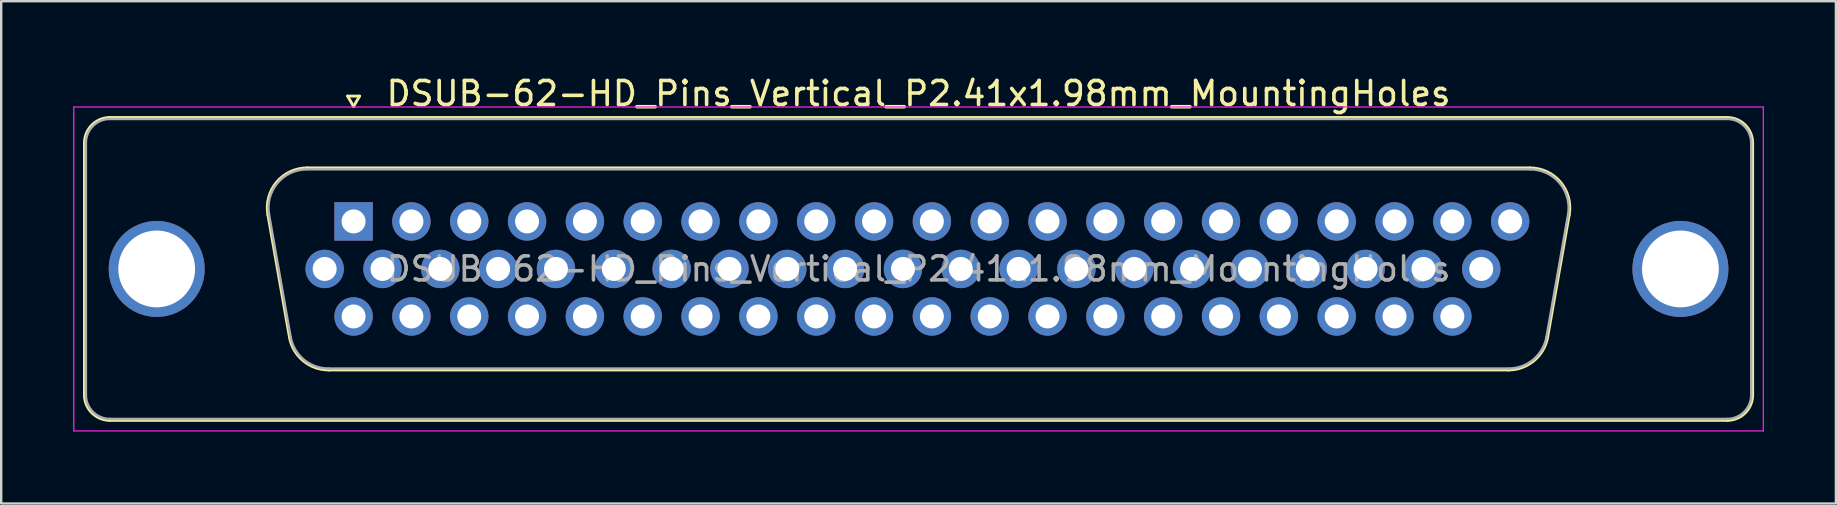
<source format=kicad_pcb>
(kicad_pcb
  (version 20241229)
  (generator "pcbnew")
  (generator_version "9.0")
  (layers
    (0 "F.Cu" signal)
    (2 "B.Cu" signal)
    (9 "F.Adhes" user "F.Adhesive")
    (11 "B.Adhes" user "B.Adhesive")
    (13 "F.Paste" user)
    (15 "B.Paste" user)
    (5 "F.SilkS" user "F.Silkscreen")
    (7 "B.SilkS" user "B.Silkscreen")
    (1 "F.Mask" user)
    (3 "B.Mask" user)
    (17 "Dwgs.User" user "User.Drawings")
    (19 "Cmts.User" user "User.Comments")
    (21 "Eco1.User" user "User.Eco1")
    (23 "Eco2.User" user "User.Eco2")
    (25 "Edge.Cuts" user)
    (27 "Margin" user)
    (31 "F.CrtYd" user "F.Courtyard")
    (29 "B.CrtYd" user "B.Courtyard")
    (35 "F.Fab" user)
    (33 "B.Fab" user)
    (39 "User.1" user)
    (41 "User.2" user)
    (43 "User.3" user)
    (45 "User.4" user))
  (footprint "DSUB-62-HD_Pins_Vertical_P2.41x1.98mm_MountingHoles"
    (layer "F.Cu")
    (at 11.685 6.178)
    (property "Reference" "DSUB-62-HD_Pins_Vertical_P2.41x1.98mm_MountingHoles" (at 23.545 -5.33 0) (layer "F.SilkS") (effects (font (size 1 1) (thickness 0.15))))
    (attr through_hole)
    (fp_line (start -11.215 7.23) (end -11.215 -3.27) (stroke (width 0.12) (type solid)) (layer "F.SilkS"))
    (fp_line (start -10.155 -4.33) (end 57.245 -4.33) (stroke (width 0.12) (type solid)) (layer "F.SilkS"))
    (fp_line (start -3.571 -0.282) (end -2.672 4.818) (stroke (width 0.12) (type solid)) (layer "F.SilkS"))
    (fp_line (start -1.937 -2.23) (end 49.027 -2.23) (stroke (width 0.12) (type solid)) (layer "F.SilkS"))
    (fp_line (start -1.037 6.19) (end 48.127 6.19) (stroke (width 0.12) (type solid)) (layer "F.SilkS"))
    (fp_line (start -0.25 -5.224) (end 0.25 -5.224) (stroke (width 0.12) (type solid)) (layer "F.SilkS"))
    (fp_line (start 0 -4.791) (end -0.25 -5.224) (stroke (width 0.12) (type solid)) (layer "F.SilkS"))
    (fp_line (start 0.25 -5.224) (end 0 -4.791) (stroke (width 0.12) (type solid)) (layer "F.SilkS"))
    (fp_line (start 50.661 -0.282) (end 49.762 4.818) (stroke (width 0.12) (type solid)) (layer "F.SilkS"))
    (fp_line (start 57.245 8.29) (end -10.155 8.29) (stroke (width 0.12) (type solid)) (layer "F.SilkS"))
    (fp_line (start 58.305 -3.27) (end 58.305 7.23) (stroke (width 0.12) (type solid)) (layer "F.SilkS"))
    (fp_arc (start -11.215 -3.27) (mid -10.904533 -4.019533) (end -10.155 -4.33) (stroke (width 0.12) (type solid)) (layer "F.SilkS"))
    (fp_arc (start -10.155 8.29) (mid -10.904533 7.979533) (end -11.215 7.23) (stroke (width 0.12) (type solid)) (layer "F.SilkS"))
    (fp_arc (start -3.57147 -0.281744) (mid -3.208323 -1.637027) (end -1.936689 -2.23) (stroke (width 0.12) (type solid)) (layer "F.SilkS"))
    (fp_arc (start -1.037421 6.19) (mid -2.104449 5.801634) (end -2.672202 4.818256) (stroke (width 0.12) (type solid)) (layer "F.SilkS"))
    (fp_arc (start 49.026689 -2.23) (mid 50.298323 -1.637027) (end 50.66147 -0.281744) (stroke (width 0.12) (type solid)) (layer "F.SilkS"))
    (fp_arc (start 49.762202 4.818256) (mid 49.194449 5.801634) (end 48.127421 6.19) (stroke (width 0.12) (type solid)) (layer "F.SilkS"))
    (fp_arc (start 57.245 -4.33) (mid 57.994533 -4.019533) (end 58.305 -3.27) (stroke (width 0.12) (type solid)) (layer "F.SilkS"))
    (fp_arc (start 58.305 7.23) (mid 57.994533 7.979533) (end 57.245 8.29) (stroke (width 0.12) (type solid)) (layer "F.SilkS"))
    (fp_line (start -11.66 -4.77) (end -11.66 8.73) (stroke (width 0.05) (type solid)) (layer "F.CrtYd"))
    (fp_line (start -11.66 8.73) (end 58.75 8.73) (stroke (width 0.05) (type solid)) (layer "F.CrtYd"))
    (fp_line (start 58.75 -4.77) (end -11.66 -4.77) (stroke (width 0.05) (type solid)) (layer "F.CrtYd"))
    (fp_line (start 58.75 8.73) (end 58.75 -4.77) (stroke (width 0.05) (type solid)) (layer "F.CrtYd"))
    (fp_line (start -11.155 7.23) (end -11.155 -3.27) (stroke (width 0.1) (type solid)) (layer "F.Fab"))
    (fp_line (start -10.155 -4.27) (end 57.245 -4.27) (stroke (width 0.1) (type solid)) (layer "F.Fab"))
    (fp_line (start -3.524 -0.292) (end -2.625 4.808) (stroke (width 0.1) (type solid)) (layer "F.Fab"))
    (fp_line (start -1.948 -2.17) (end 49.038 -2.17) (stroke (width 0.1) (type solid)) (layer "F.Fab"))
    (fp_line (start -1.049 6.13) (end 48.139 6.13) (stroke (width 0.1) (type solid)) (layer "F.Fab"))
    (fp_line (start 50.614 -0.292) (end 49.715 4.808) (stroke (width 0.1) (type solid)) (layer "F.Fab"))
    (fp_line (start 57.245 8.23) (end -10.155 8.23) (stroke (width 0.1) (type solid)) (layer "F.Fab"))
    (fp_line (start 58.245 -3.27) (end 58.245 7.23) (stroke (width 0.1) (type solid)) (layer "F.Fab"))
    (fp_arc (start -11.155 -3.27) (mid -10.862107 -3.977107) (end -10.155 -4.27) (stroke (width 0.1) (type solid)) (layer "F.Fab"))
    (fp_arc (start -10.155 8.23) (mid -10.862107 7.937107) (end -11.155 7.23) (stroke (width 0.1) (type solid)) (layer "F.Fab"))
    (fp_arc (start -3.523887 -0.292163) (mid -3.173865 -1.59846) (end -1.948194 -2.17) (stroke (width 0.1) (type solid)) (layer "F.Fab"))
    (fp_arc (start -1.048927 6.13) (mid -2.077387 5.755671) (end -2.624619 4.807837) (stroke (width 0.1) (type solid)) (layer "F.Fab"))
    (fp_arc (start 49.038194 -2.17) (mid 50.263865 -1.59846) (end 50.613887 -0.292163) (stroke (width 0.1) (type solid)) (layer "F.Fab"))
    (fp_arc (start 49.714619 4.807837) (mid 49.167387 5.755671) (end 48.138927 6.13) (stroke (width 0.1) (type solid)) (layer "F.Fab"))
    (fp_arc (start 57.245 -4.27) (mid 57.952107 -3.977107) (end 58.245 -3.27) (stroke (width 0.1) (type solid)) (layer "F.Fab"))
    (fp_arc (start 58.245 7.23) (mid 57.952107 7.937107) (end 57.245 8.23) (stroke (width 0.1) (type solid)) (layer "F.Fab"))
    (fp_text user "${REFERENCE}" (at 23.545 1.98 0) (layer "F.Fab") (effects (font (size 1 1) (thickness 0.15))))
    (pad "0" thru_hole circle (at -8.205 1.98) (size 4 4) (drill 3.2) (layers "*.Cu" "*.Mask"))
    (pad "0" thru_hole circle (at 55.295 1.98) (size 4 4) (drill 3.2) (layers "*.Cu" "*.Mask"))
    (pad "1" thru_hole rect (at 0 0) (size 1.6 1.6) (drill 1) (layers "*.Cu" "*.Mask"))
    (pad "2" thru_hole circle (at 2.41 0) (size 1.6 1.6) (drill 1) (layers "*.Cu" "*.Mask"))
    (pad "3" thru_hole circle (at 4.82 0) (size 1.6 1.6) (drill 1) (layers "*.Cu" "*.Mask"))
    (pad "4" thru_hole circle (at 7.23 0) (size 1.6 1.6) (drill 1) (layers "*.Cu" "*.Mask"))
    (pad "5" thru_hole circle (at 9.64 0) (size 1.6 1.6) (drill 1) (layers "*.Cu" "*.Mask"))
    (pad "6" thru_hole circle (at 12.05 0) (size 1.6 1.6) (drill 1) (layers "*.Cu" "*.Mask"))
    (pad "7" thru_hole circle (at 14.46 0) (size 1.6 1.6) (drill 1) (layers "*.Cu" "*.Mask"))
    (pad "8" thru_hole circle (at 16.87 0) (size 1.6 1.6) (drill 1) (layers "*.Cu" "*.Mask"))
    (pad "9" thru_hole circle (at 19.28 0) (size 1.6 1.6) (drill 1) (layers "*.Cu" "*.Mask"))
    (pad "10" thru_hole circle (at 21.69 0) (size 1.6 1.6) (drill 1) (layers "*.Cu" "*.Mask"))
    (pad "11" thru_hole circle (at 24.1 0) (size 1.6 1.6) (drill 1) (layers "*.Cu" "*.Mask"))
    (pad "12" thru_hole circle (at 26.51 0) (size 1.6 1.6) (drill 1) (layers "*.Cu" "*.Mask"))
    (pad "13" thru_hole circle (at 28.92 0) (size 1.6 1.6) (drill 1) (layers "*.Cu" "*.Mask"))
    (pad "14" thru_hole circle (at 31.33 0) (size 1.6 1.6) (drill 1) (layers "*.Cu" "*.Mask"))
    (pad "15" thru_hole circle (at 33.74 0) (size 1.6 1.6) (drill 1) (layers "*.Cu" "*.Mask"))
    (pad "16" thru_hole circle (at 36.15 0) (size 1.6 1.6) (drill 1) (layers "*.Cu" "*.Mask"))
    (pad "17" thru_hole circle (at 38.56 0) (size 1.6 1.6) (drill 1) (layers "*.Cu" "*.Mask"))
    (pad "18" thru_hole circle (at 40.97 0) (size 1.6 1.6) (drill 1) (layers "*.Cu" "*.Mask"))
    (pad "19" thru_hole circle (at 43.38 0) (size 1.6 1.6) (drill 1) (layers "*.Cu" "*.Mask"))
    (pad "20" thru_hole circle (at 45.79 0) (size 1.6 1.6) (drill 1) (layers "*.Cu" "*.Mask"))
    (pad "21" thru_hole circle (at 48.2 0) (size 1.6 1.6) (drill 1) (layers "*.Cu" "*.Mask"))
    (pad "22" thru_hole circle (at -1.205 1.98) (size 1.6 1.6) (drill 1) (layers "*.Cu" "*.Mask"))
    (pad "23" thru_hole circle (at 1.205 1.98) (size 1.6 1.6) (drill 1) (layers "*.Cu" "*.Mask"))
    (pad "24" thru_hole circle (at 3.615 1.98) (size 1.6 1.6) (drill 1) (layers "*.Cu" "*.Mask"))
    (pad "25" thru_hole circle (at 6.025 1.98) (size 1.6 1.6) (drill 1) (layers "*.Cu" "*.Mask"))
    (pad "26" thru_hole circle (at 8.435 1.98) (size 1.6 1.6) (drill 1) (layers "*.Cu" "*.Mask"))
    (pad "27" thru_hole circle (at 10.845 1.98) (size 1.6 1.6) (drill 1) (layers "*.Cu" "*.Mask"))
    (pad "28" thru_hole circle (at 13.255 1.98) (size 1.6 1.6) (drill 1) (layers "*.Cu" "*.Mask"))
    (pad "29" thru_hole circle (at 15.665 1.98) (size 1.6 1.6) (drill 1) (layers "*.Cu" "*.Mask"))
    (pad "30" thru_hole circle (at 18.075 1.98) (size 1.6 1.6) (drill 1) (layers "*.Cu" "*.Mask"))
    (pad "31" thru_hole circle (at 20.485 1.98) (size 1.6 1.6) (drill 1) (layers "*.Cu" "*.Mask"))
    (pad "32" thru_hole circle (at 22.895 1.98) (size 1.6 1.6) (drill 1) (layers "*.Cu" "*.Mask"))
    (pad "33" thru_hole circle (at 25.305 1.98) (size 1.6 1.6) (drill 1) (layers "*.Cu" "*.Mask"))
    (pad "34" thru_hole circle (at 27.715 1.98) (size 1.6 1.6) (drill 1) (layers "*.Cu" "*.Mask"))
    (pad "35" thru_hole circle (at 30.125 1.98) (size 1.6 1.6) (drill 1) (layers "*.Cu" "*.Mask"))
    (pad "36" thru_hole circle (at 32.535 1.98) (size 1.6 1.6) (drill 1) (layers "*.Cu" "*.Mask"))
    (pad "37" thru_hole circle (at 34.945 1.98) (size 1.6 1.6) (drill 1) (layers "*.Cu" "*.Mask"))
    (pad "38" thru_hole circle (at 37.355 1.98) (size 1.6 1.6) (drill 1) (layers "*.Cu" "*.Mask"))
    (pad "39" thru_hole circle (at 39.765 1.98) (size 1.6 1.6) (drill 1) (layers "*.Cu" "*.Mask"))
    (pad "40" thru_hole circle (at 42.175 1.98) (size 1.6 1.6) (drill 1) (layers "*.Cu" "*.Mask"))
    (pad "41" thru_hole circle (at 44.585 1.98) (size 1.6 1.6) (drill 1) (layers "*.Cu" "*.Mask"))
    (pad "42" thru_hole circle (at 46.995 1.98) (size 1.6 1.6) (drill 1) (layers "*.Cu" "*.Mask"))
    (pad "43" thru_hole circle (at 0 3.96) (size 1.6 1.6) (drill 1) (layers "*.Cu" "*.Mask"))
    (pad "44" thru_hole circle (at 2.41 3.96) (size 1.6 1.6) (drill 1) (layers "*.Cu" "*.Mask"))
    (pad "45" thru_hole circle (at 4.82 3.96) (size 1.6 1.6) (drill 1) (layers "*.Cu" "*.Mask"))
    (pad "46" thru_hole circle (at 7.23 3.96) (size 1.6 1.6) (drill 1) (layers "*.Cu" "*.Mask"))
    (pad "47" thru_hole circle (at 9.64 3.96) (size 1.6 1.6) (drill 1) (layers "*.Cu" "*.Mask"))
    (pad "48" thru_hole circle (at 12.05 3.96) (size 1.6 1.6) (drill 1) (layers "*.Cu" "*.Mask"))
    (pad "49" thru_hole circle (at 14.46 3.96) (size 1.6 1.6) (drill 1) (layers "*.Cu" "*.Mask"))
    (pad "50" thru_hole circle (at 16.87 3.96) (size 1.6 1.6) (drill 1) (layers "*.Cu" "*.Mask"))
    (pad "51" thru_hole circle (at 19.28 3.96) (size 1.6 1.6) (drill 1) (layers "*.Cu" "*.Mask"))
    (pad "52" thru_hole circle (at 21.69 3.96) (size 1.6 1.6) (drill 1) (layers "*.Cu" "*.Mask"))
    (pad "53" thru_hole circle (at 24.1 3.96) (size 1.6 1.6) (drill 1) (layers "*.Cu" "*.Mask"))
    (pad "54" thru_hole circle (at 26.51 3.96) (size 1.6 1.6) (drill 1) (layers "*.Cu" "*.Mask"))
    (pad "55" thru_hole circle (at 28.92 3.96) (size 1.6 1.6) (drill 1) (layers "*.Cu" "*.Mask"))
    (pad "56" thru_hole circle (at 31.33 3.96) (size 1.6 1.6) (drill 1) (layers "*.Cu" "*.Mask"))
    (pad "57" thru_hole circle (at 33.74 3.96) (size 1.6 1.6) (drill 1) (layers "*.Cu" "*.Mask"))
    (pad "58" thru_hole circle (at 36.15 3.96) (size 1.6 1.6) (drill 1) (layers "*.Cu" "*.Mask"))
    (pad "59" thru_hole circle (at 38.56 3.96) (size 1.6 1.6) (drill 1) (layers "*.Cu" "*.Mask"))
    (pad "60" thru_hole circle (at 40.97 3.96) (size 1.6 1.6) (drill 1) (layers "*.Cu" "*.Mask"))
    (pad "61" thru_hole circle (at 43.38 3.96) (size 1.6 1.6) (drill 1) (layers "*.Cu" "*.Mask"))
    (pad "62" thru_hole circle (at 45.79 3.96) (size 1.6 1.6) (drill 1) (layers "*.Cu" "*.Mask")))
  (gr_rect
    (start -3 -3)
    (end 73.46 17.933)
    (stroke (width 0.1) (type default))
    (fill no)
    (layer "Edge.Cuts")))
</source>
